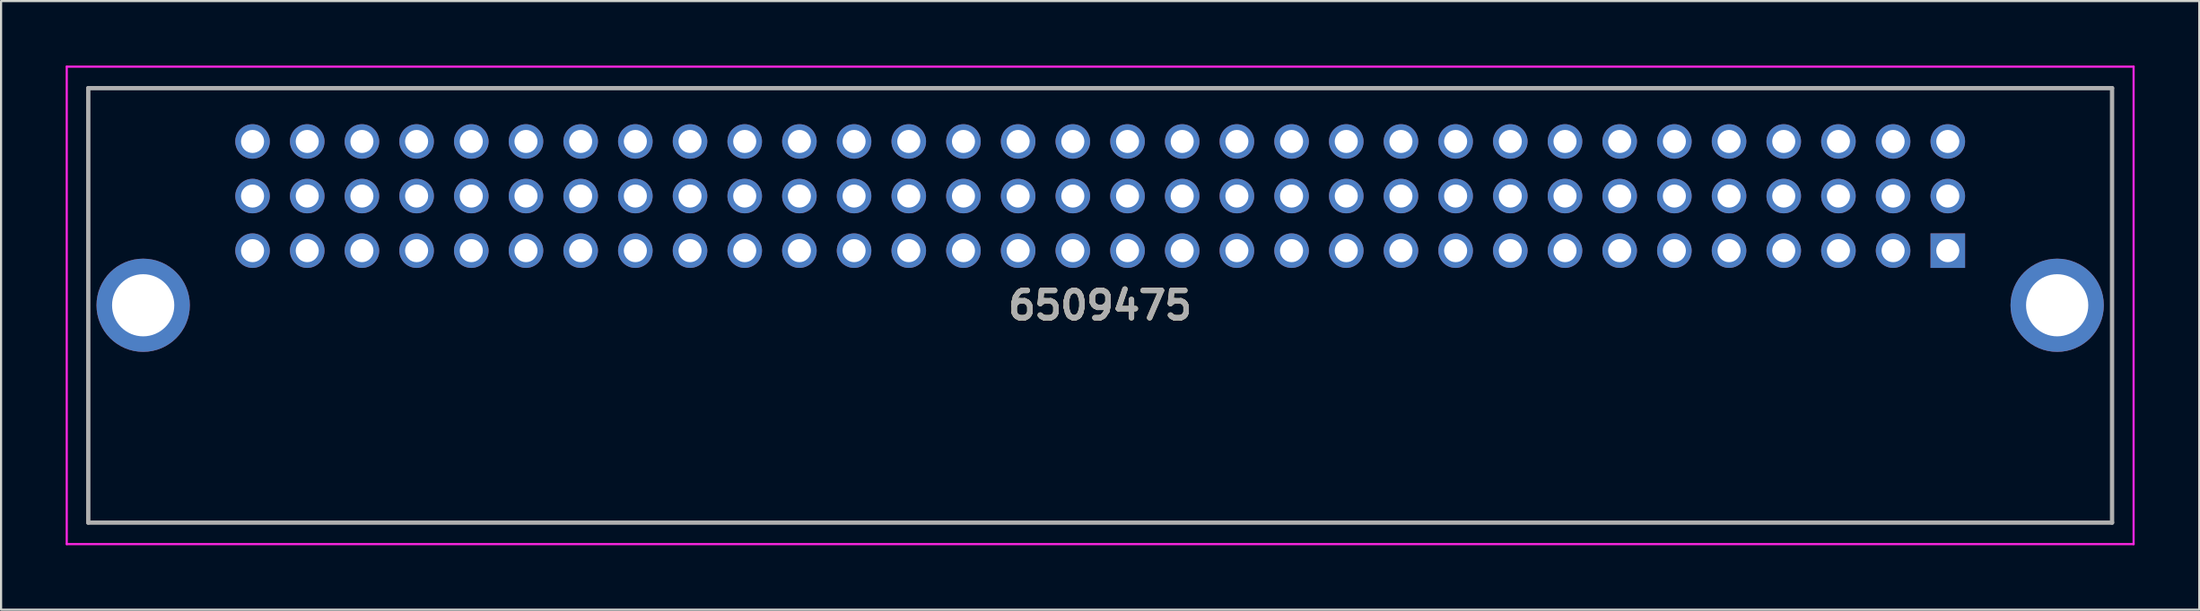
<source format=kicad_pcb>
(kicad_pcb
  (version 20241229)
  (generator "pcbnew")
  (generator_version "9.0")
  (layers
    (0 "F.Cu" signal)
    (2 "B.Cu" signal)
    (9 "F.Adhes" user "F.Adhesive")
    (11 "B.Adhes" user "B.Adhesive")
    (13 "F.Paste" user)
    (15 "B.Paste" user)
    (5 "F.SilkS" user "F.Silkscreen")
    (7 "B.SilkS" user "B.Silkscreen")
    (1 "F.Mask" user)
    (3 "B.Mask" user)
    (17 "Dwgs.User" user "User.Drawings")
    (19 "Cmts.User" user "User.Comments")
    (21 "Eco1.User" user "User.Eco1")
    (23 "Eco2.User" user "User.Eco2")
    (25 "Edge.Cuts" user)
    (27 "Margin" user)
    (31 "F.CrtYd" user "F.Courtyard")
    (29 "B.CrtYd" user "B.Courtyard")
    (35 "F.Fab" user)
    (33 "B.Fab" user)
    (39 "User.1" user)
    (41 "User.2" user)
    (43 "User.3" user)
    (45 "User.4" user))
  (footprint "6509475"
    (layer "F.Cu")
    (at 87.42 8.61)
    (property "Reference" "6509475" (at -39.37 2.545 0) (layer "F.SilkS") (effects (font (size 1.27 1.27) (thickness 0.254))))
    (attr through_hole)
    (fp_line (start -86.37 -7.56) (end 7.63 -7.56) (stroke (width 0.1) (type solid)) (layer "F.SilkS"))
    (fp_line (start -86.37 12.65) (end -86.37 -7.56) (stroke (width 0.1) (type solid)) (layer "F.SilkS"))
    (fp_line (start 7.63 -7.56) (end 7.63 12.65) (stroke (width 0.1) (type solid)) (layer "F.SilkS"))
    (fp_line (start 7.63 12.65) (end -86.37 12.65) (stroke (width 0.1) (type solid)) (layer "F.SilkS"))
    (fp_line (start -87.37 -8.56) (end 8.63 -8.56) (stroke (width 0.1) (type solid)) (layer "F.CrtYd"))
    (fp_line (start -87.37 13.65) (end -87.37 -8.56) (stroke (width 0.1) (type solid)) (layer "F.CrtYd"))
    (fp_line (start 8.63 -8.56) (end 8.63 13.65) (stroke (width 0.1) (type solid)) (layer "F.CrtYd"))
    (fp_line (start 8.63 13.65) (end -87.37 13.65) (stroke (width 0.1) (type solid)) (layer "F.CrtYd"))
    (fp_line (start -86.37 -7.56) (end 7.63 -7.56) (stroke (width 0.2) (type solid)) (layer "F.Fab"))
    (fp_line (start -86.37 12.65) (end -86.37 -7.56) (stroke (width 0.2) (type solid)) (layer "F.Fab"))
    (fp_line (start 7.63 -7.56) (end 7.63 12.65) (stroke (width 0.2) (type solid)) (layer "F.Fab"))
    (fp_line (start 7.63 12.65) (end -86.37 12.65) (stroke (width 0.2) (type solid)) (layer "F.Fab"))
    (fp_text user "${REFERENCE}" (at -39.37 2.545 0) (layer "F.Fab") (effects (font (size 1.27 1.27) (thickness 0.254))))
    (pad "A1" thru_hole rect (at 0 0) (size 1.605 1.605) (drill 1.07) (layers "*.Cu" "*.Mask"))
    (pad "A2" thru_hole circle (at -2.54 0) (size 1.605 1.605) (drill 1.07) (layers "*.Cu" "*.Mask"))
    (pad "A3" thru_hole circle (at -5.08 0) (size 1.605 1.605) (drill 1.07) (layers "*.Cu" "*.Mask"))
    (pad "A4" thru_hole circle (at -7.62 0) (size 1.605 1.605) (drill 1.07) (layers "*.Cu" "*.Mask"))
    (pad "A5" thru_hole circle (at -10.16 0) (size 1.605 1.605) (drill 1.07) (layers "*.Cu" "*.Mask"))
    (pad "A6" thru_hole circle (at -12.7 0) (size 1.605 1.605) (drill 1.07) (layers "*.Cu" "*.Mask"))
    (pad "A7" thru_hole circle (at -15.24 0) (size 1.605 1.605) (drill 1.07) (layers "*.Cu" "*.Mask"))
    (pad "A8" thru_hole circle (at -17.78 0) (size 1.605 1.605) (drill 1.07) (layers "*.Cu" "*.Mask"))
    (pad "A9" thru_hole circle (at -20.32 0) (size 1.605 1.605) (drill 1.07) (layers "*.Cu" "*.Mask"))
    (pad "A10" thru_hole circle (at -22.86 0) (size 1.605 1.605) (drill 1.07) (layers "*.Cu" "*.Mask"))
    (pad "A11" thru_hole circle (at -25.4 0) (size 1.605 1.605) (drill 1.07) (layers "*.Cu" "*.Mask"))
    (pad "A12" thru_hole circle (at -27.94 0) (size 1.605 1.605) (drill 1.07) (layers "*.Cu" "*.Mask"))
    (pad "A13" thru_hole circle (at -30.48 0) (size 1.605 1.605) (drill 1.07) (layers "*.Cu" "*.Mask"))
    (pad "A14" thru_hole circle (at -33.02 0) (size 1.605 1.605) (drill 1.07) (layers "*.Cu" "*.Mask"))
    (pad "A15" thru_hole circle (at -35.56 0) (size 1.605 1.605) (drill 1.07) (layers "*.Cu" "*.Mask"))
    (pad "A16" thru_hole circle (at -38.1 0) (size 1.605 1.605) (drill 1.07) (layers "*.Cu" "*.Mask"))
    (pad "A17" thru_hole circle (at -40.64 0) (size 1.605 1.605) (drill 1.07) (layers "*.Cu" "*.Mask"))
    (pad "A18" thru_hole circle (at -43.18 0) (size 1.605 1.605) (drill 1.07) (layers "*.Cu" "*.Mask"))
    (pad "A19" thru_hole circle (at -45.72 0) (size 1.605 1.605) (drill 1.07) (layers "*.Cu" "*.Mask"))
    (pad "A20" thru_hole circle (at -48.26 0) (size 1.605 1.605) (drill 1.07) (layers "*.Cu" "*.Mask"))
    (pad "A21" thru_hole circle (at -50.8 0) (size 1.605 1.605) (drill 1.07) (layers "*.Cu" "*.Mask"))
    (pad "A22" thru_hole circle (at -53.34 0) (size 1.605 1.605) (drill 1.07) (layers "*.Cu" "*.Mask"))
    (pad "A23" thru_hole circle (at -55.88 0) (size 1.605 1.605) (drill 1.07) (layers "*.Cu" "*.Mask"))
    (pad "A24" thru_hole circle (at -58.42 0) (size 1.605 1.605) (drill 1.07) (layers "*.Cu" "*.Mask"))
    (pad "A25" thru_hole circle (at -60.96 0) (size 1.605 1.605) (drill 1.07) (layers "*.Cu" "*.Mask"))
    (pad "A26" thru_hole circle (at -63.5 0) (size 1.605 1.605) (drill 1.07) (layers "*.Cu" "*.Mask"))
    (pad "A27" thru_hole circle (at -66.04 0) (size 1.605 1.605) (drill 1.07) (layers "*.Cu" "*.Mask"))
    (pad "A28" thru_hole circle (at -68.58 0) (size 1.605 1.605) (drill 1.07) (layers "*.Cu" "*.Mask"))
    (pad "A29" thru_hole circle (at -71.12 0) (size 1.605 1.605) (drill 1.07) (layers "*.Cu" "*.Mask"))
    (pad "A30" thru_hole circle (at -73.66 0) (size 1.605 1.605) (drill 1.07) (layers "*.Cu" "*.Mask"))
    (pad "A31" thru_hole circle (at -76.2 0) (size 1.605 1.605) (drill 1.07) (layers "*.Cu" "*.Mask"))
    (pad "A32" thru_hole circle (at -78.74 0) (size 1.605 1.605) (drill 1.07) (layers "*.Cu" "*.Mask"))
    (pad "B1" thru_hole circle (at 0 -2.54) (size 1.605 1.605) (drill 1.07) (layers "*.Cu" "*.Mask"))
    (pad "B2" thru_hole circle (at -2.54 -2.54) (size 1.605 1.605) (drill 1.07) (layers "*.Cu" "*.Mask"))
    (pad "B3" thru_hole circle (at -5.08 -2.54) (size 1.605 1.605) (drill 1.07) (layers "*.Cu" "*.Mask"))
    (pad "B4" thru_hole circle (at -7.62 -2.54) (size 1.605 1.605) (drill 1.07) (layers "*.Cu" "*.Mask"))
    (pad "B5" thru_hole circle (at -10.16 -2.54) (size 1.605 1.605) (drill 1.07) (layers "*.Cu" "*.Mask"))
    (pad "B6" thru_hole circle (at -12.7 -2.54) (size 1.605 1.605) (drill 1.07) (layers "*.Cu" "*.Mask"))
    (pad "B7" thru_hole circle (at -15.24 -2.54) (size 1.605 1.605) (drill 1.07) (layers "*.Cu" "*.Mask"))
    (pad "B8" thru_hole circle (at -17.78 -2.54) (size 1.605 1.605) (drill 1.07) (layers "*.Cu" "*.Mask"))
    (pad "B9" thru_hole circle (at -20.32 -2.54) (size 1.605 1.605) (drill 1.07) (layers "*.Cu" "*.Mask"))
    (pad "B10" thru_hole circle (at -22.86 -2.54) (size 1.605 1.605) (drill 1.07) (layers "*.Cu" "*.Mask"))
    (pad "B11" thru_hole circle (at -25.4 -2.54) (size 1.605 1.605) (drill 1.07) (layers "*.Cu" "*.Mask"))
    (pad "B12" thru_hole circle (at -27.94 -2.54) (size 1.605 1.605) (drill 1.07) (layers "*.Cu" "*.Mask"))
    (pad "B13" thru_hole circle (at -30.48 -2.54) (size 1.605 1.605) (drill 1.07) (layers "*.Cu" "*.Mask"))
    (pad "B14" thru_hole circle (at -33.02 -2.54) (size 1.605 1.605) (drill 1.07) (layers "*.Cu" "*.Mask"))
    (pad "B15" thru_hole circle (at -35.56 -2.54) (size 1.605 1.605) (drill 1.07) (layers "*.Cu" "*.Mask"))
    (pad "B16" thru_hole circle (at -38.1 -2.54) (size 1.605 1.605) (drill 1.07) (layers "*.Cu" "*.Mask"))
    (pad "B17" thru_hole circle (at -40.64 -2.54) (size 1.605 1.605) (drill 1.07) (layers "*.Cu" "*.Mask"))
    (pad "B18" thru_hole circle (at -43.18 -2.54) (size 1.605 1.605) (drill 1.07) (layers "*.Cu" "*.Mask"))
    (pad "B19" thru_hole circle (at -45.72 -2.54) (size 1.605 1.605) (drill 1.07) (layers "*.Cu" "*.Mask"))
    (pad "B20" thru_hole circle (at -48.26 -2.54) (size 1.605 1.605) (drill 1.07) (layers "*.Cu" "*.Mask"))
    (pad "B21" thru_hole circle (at -50.8 -2.54) (size 1.605 1.605) (drill 1.07) (layers "*.Cu" "*.Mask"))
    (pad "B22" thru_hole circle (at -53.34 -2.54) (size 1.605 1.605) (drill 1.07) (layers "*.Cu" "*.Mask"))
    (pad "B23" thru_hole circle (at -55.88 -2.54) (size 1.605 1.605) (drill 1.07) (layers "*.Cu" "*.Mask"))
    (pad "B24" thru_hole circle (at -58.42 -2.54) (size 1.605 1.605) (drill 1.07) (layers "*.Cu" "*.Mask"))
    (pad "B25" thru_hole circle (at -60.96 -2.54) (size 1.605 1.605) (drill 1.07) (layers "*.Cu" "*.Mask"))
    (pad "B26" thru_hole circle (at -63.5 -2.54) (size 1.605 1.605) (drill 1.07) (layers "*.Cu" "*.Mask"))
    (pad "B27" thru_hole circle (at -66.04 -2.54) (size 1.605 1.605) (drill 1.07) (layers "*.Cu" "*.Mask"))
    (pad "B28" thru_hole circle (at -68.58 -2.54) (size 1.605 1.605) (drill 1.07) (layers "*.Cu" "*.Mask"))
    (pad "B29" thru_hole circle (at -71.12 -2.54) (size 1.605 1.605) (drill 1.07) (layers "*.Cu" "*.Mask"))
    (pad "B30" thru_hole circle (at -73.66 -2.54) (size 1.605 1.605) (drill 1.07) (layers "*.Cu" "*.Mask"))
    (pad "B31" thru_hole circle (at -76.2 -2.54) (size 1.605 1.605) (drill 1.07) (layers "*.Cu" "*.Mask"))
    (pad "B32" thru_hole circle (at -78.74 -2.54) (size 1.605 1.605) (drill 1.07) (layers "*.Cu" "*.Mask"))
    (pad "C1" thru_hole circle (at 0 -5.08) (size 1.605 1.605) (drill 1.07) (layers "*.Cu" "*.Mask"))
    (pad "C2" thru_hole circle (at -2.54 -5.08) (size 1.605 1.605) (drill 1.07) (layers "*.Cu" "*.Mask"))
    (pad "C3" thru_hole circle (at -5.08 -5.08) (size 1.605 1.605) (drill 1.07) (layers "*.Cu" "*.Mask"))
    (pad "C4" thru_hole circle (at -7.62 -5.08) (size 1.605 1.605) (drill 1.07) (layers "*.Cu" "*.Mask"))
    (pad "C5" thru_hole circle (at -10.16 -5.08) (size 1.605 1.605) (drill 1.07) (layers "*.Cu" "*.Mask"))
    (pad "C6" thru_hole circle (at -12.7 -5.08) (size 1.605 1.605) (drill 1.07) (layers "*.Cu" "*.Mask"))
    (pad "C7" thru_hole circle (at -15.24 -5.08) (size 1.605 1.605) (drill 1.07) (layers "*.Cu" "*.Mask"))
    (pad "C8" thru_hole circle (at -17.78 -5.08) (size 1.605 1.605) (drill 1.07) (layers "*.Cu" "*.Mask"))
    (pad "C9" thru_hole circle (at -20.32 -5.08) (size 1.605 1.605) (drill 1.07) (layers "*.Cu" "*.Mask"))
    (pad "C10" thru_hole circle (at -22.86 -5.08) (size 1.605 1.605) (drill 1.07) (layers "*.Cu" "*.Mask"))
    (pad "C11" thru_hole circle (at -25.4 -5.08) (size 1.605 1.605) (drill 1.07) (layers "*.Cu" "*.Mask"))
    (pad "C12" thru_hole circle (at -27.94 -5.08) (size 1.605 1.605) (drill 1.07) (layers "*.Cu" "*.Mask"))
    (pad "C13" thru_hole circle (at -30.48 -5.08) (size 1.605 1.605) (drill 1.07) (layers "*.Cu" "*.Mask"))
    (pad "C14" thru_hole circle (at -33.02 -5.08) (size 1.605 1.605) (drill 1.07) (layers "*.Cu" "*.Mask"))
    (pad "C15" thru_hole circle (at -35.56 -5.08) (size 1.605 1.605) (drill 1.07) (layers "*.Cu" "*.Mask"))
    (pad "C16" thru_hole circle (at -38.1 -5.08) (size 1.605 1.605) (drill 1.07) (layers "*.Cu" "*.Mask"))
    (pad "C17" thru_hole circle (at -40.64 -5.08) (size 1.605 1.605) (drill 1.07) (layers "*.Cu" "*.Mask"))
    (pad "C18" thru_hole circle (at -43.18 -5.08) (size 1.605 1.605) (drill 1.07) (layers "*.Cu" "*.Mask"))
    (pad "C19" thru_hole circle (at -45.72 -5.08) (size 1.605 1.605) (drill 1.07) (layers "*.Cu" "*.Mask"))
    (pad "C20" thru_hole circle (at -48.26 -5.08) (size 1.605 1.605) (drill 1.07) (layers "*.Cu" "*.Mask"))
    (pad "C21" thru_hole circle (at -50.8 -5.08) (size 1.605 1.605) (drill 1.07) (layers "*.Cu" "*.Mask"))
    (pad "C22" thru_hole circle (at -53.34 -5.08) (size 1.605 1.605) (drill 1.07) (layers "*.Cu" "*.Mask"))
    (pad "C23" thru_hole circle (at -55.88 -5.08) (size 1.605 1.605) (drill 1.07) (layers "*.Cu" "*.Mask"))
    (pad "C24" thru_hole circle (at -58.42 -5.08) (size 1.605 1.605) (drill 1.07) (layers "*.Cu" "*.Mask"))
    (pad "C25" thru_hole circle (at -60.96 -5.08) (size 1.605 1.605) (drill 1.07) (layers "*.Cu" "*.Mask"))
    (pad "C26" thru_hole circle (at -63.5 -5.08) (size 1.605 1.605) (drill 1.07) (layers "*.Cu" "*.Mask"))
    (pad "C27" thru_hole circle (at -66.04 -5.08) (size 1.605 1.605) (drill 1.07) (layers "*.Cu" "*.Mask"))
    (pad "C28" thru_hole circle (at -68.58 -5.08) (size 1.605 1.605) (drill 1.07) (layers "*.Cu" "*.Mask"))
    (pad "C29" thru_hole circle (at -71.12 -5.08) (size 1.605 1.605) (drill 1.07) (layers "*.Cu" "*.Mask"))
    (pad "C30" thru_hole circle (at -73.66 -5.08) (size 1.605 1.605) (drill 1.07) (layers "*.Cu" "*.Mask"))
    (pad "C31" thru_hole circle (at -76.2 -5.08) (size 1.605 1.605) (drill 1.07) (layers "*.Cu" "*.Mask"))
    (pad "C32" thru_hole circle (at -78.74 -5.08) (size 1.605 1.605) (drill 1.07) (layers "*.Cu" "*.Mask"))
    (pad "MH1" thru_hole circle (at 5.08 2.54) (size 4.335 4.335) (drill 2.89) (layers "*.Cu" "*.Mask"))
    (pad "MH2" thru_hole circle (at -83.82 2.54) (size 4.335 4.335) (drill 2.89) (layers "*.Cu" "*.Mask")))
  (gr_rect
    (start -3 -3)
    (end 99.1 25.31)
    (stroke (width 0.1) (type default))
    (fill no)
    (layer "Edge.Cuts")))
</source>
